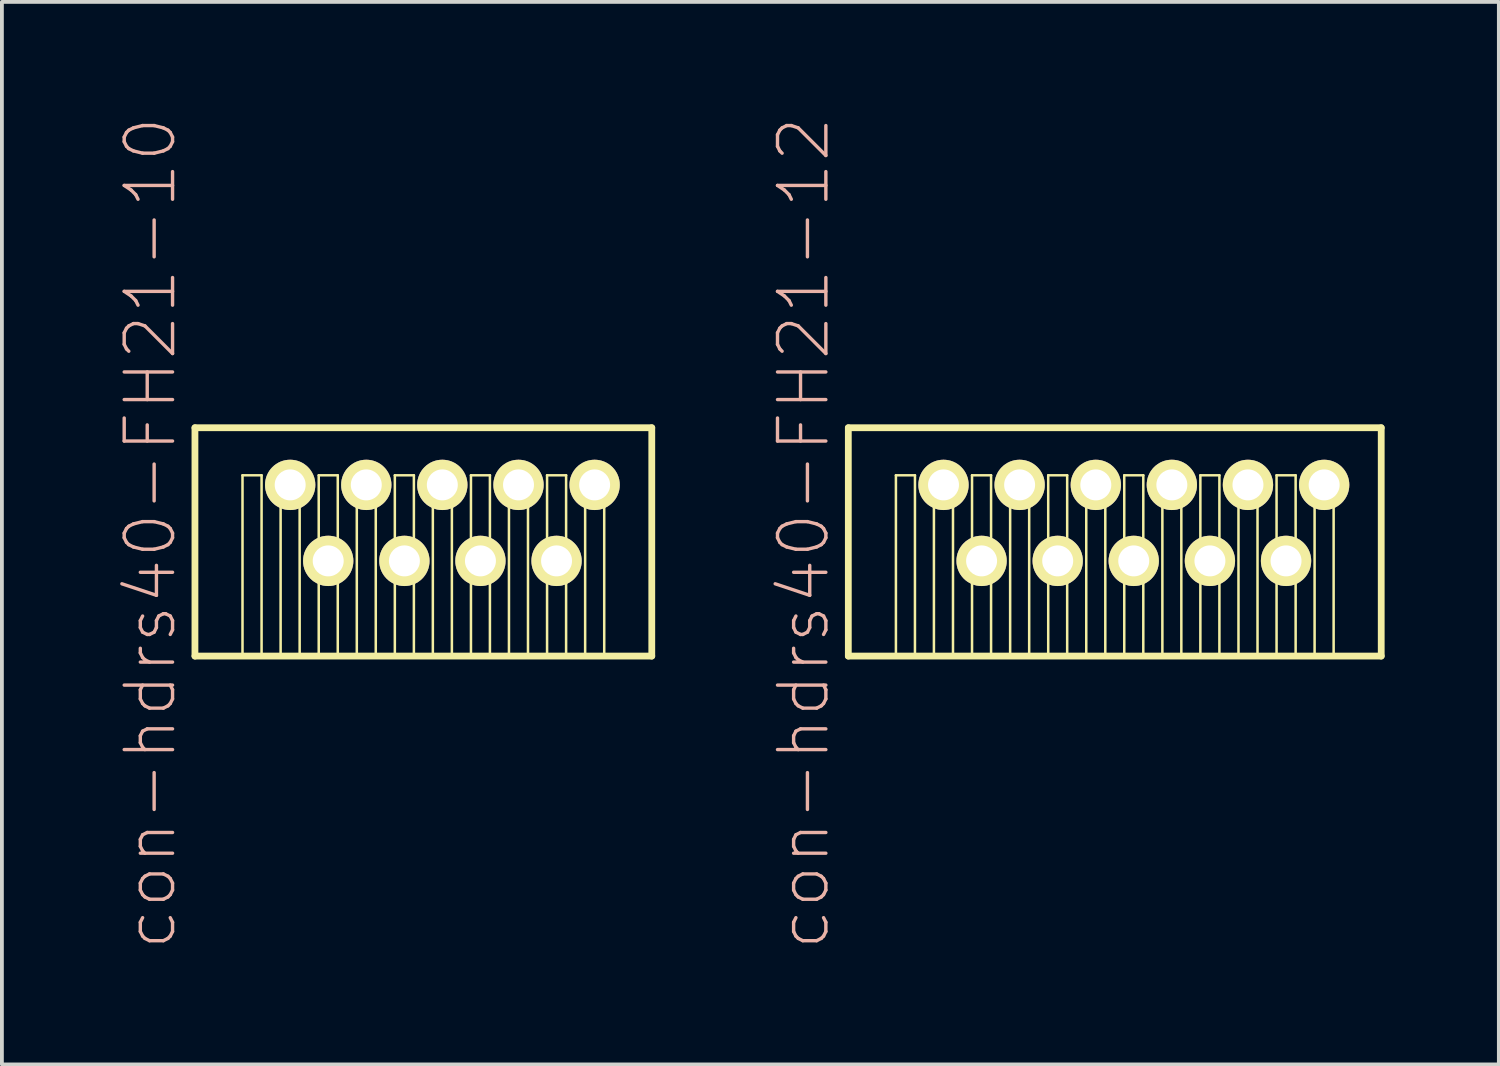
<source format=kicad_pcb>
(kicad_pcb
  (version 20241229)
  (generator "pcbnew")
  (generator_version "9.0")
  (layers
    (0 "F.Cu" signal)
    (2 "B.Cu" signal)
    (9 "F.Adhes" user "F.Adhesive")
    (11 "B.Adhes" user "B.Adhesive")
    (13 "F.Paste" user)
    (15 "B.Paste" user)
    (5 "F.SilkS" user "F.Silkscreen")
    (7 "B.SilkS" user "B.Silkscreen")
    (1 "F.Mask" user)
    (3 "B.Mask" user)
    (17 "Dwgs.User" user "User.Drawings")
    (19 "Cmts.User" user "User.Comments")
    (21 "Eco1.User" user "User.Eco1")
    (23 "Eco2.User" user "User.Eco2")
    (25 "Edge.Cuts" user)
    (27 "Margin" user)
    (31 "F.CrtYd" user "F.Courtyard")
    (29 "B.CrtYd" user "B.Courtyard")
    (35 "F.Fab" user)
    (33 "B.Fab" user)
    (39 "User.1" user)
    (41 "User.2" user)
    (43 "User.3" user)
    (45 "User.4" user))
  (footprint "con-hdrs40-FH21-12"
    (layer "F.Cu")
    (at 26.228 10.683)
    (property "Reference" "con-hdrs40-FH21-12" (at -8.171 0.269 90) (layer "B.SilkS") (effects (font (size 1.27 1.27) (thickness 0.089))))
    (attr exclude_from_pos_files exclude_from_bom)
    (fp_line (start -6.998 -2.499) (end 6.998 -2.499) (stroke (width 0.178) (type solid)) (layer "F.SilkS"))
    (fp_line (start -6.998 3.498) (end -6.998 -2.499) (stroke (width 0.178) (type solid)) (layer "F.SilkS"))
    (fp_line (start -5.748 -1.25) (end -5.248 -1.25) (stroke (width 0.066) (type solid)) (layer "F.SilkS"))
    (fp_line (start -5.748 3.498) (end -5.748 -1.25) (stroke (width 0.066) (type solid)) (layer "F.SilkS"))
    (fp_line (start -5.748 3.498) (end -5.248 3.498) (stroke (width 0.066) (type solid)) (layer "F.SilkS"))
    (fp_line (start -5.248 3.498) (end -5.248 -1.25) (stroke (width 0.066) (type solid)) (layer "F.SilkS"))
    (fp_line (start -4.75 -1.25) (end -4.249 -1.25) (stroke (width 0.066) (type solid)) (layer "F.SilkS"))
    (fp_line (start -4.75 3.498) (end -4.75 -1.25) (stroke (width 0.066) (type solid)) (layer "F.SilkS"))
    (fp_line (start -4.75 3.498) (end -4.249 3.498) (stroke (width 0.066) (type solid)) (layer "F.SilkS"))
    (fp_line (start -4.249 3.498) (end -4.249 -1.25) (stroke (width 0.066) (type solid)) (layer "F.SilkS"))
    (fp_line (start -3.749 -1.25) (end -3.249 -1.25) (stroke (width 0.066) (type solid)) (layer "F.SilkS"))
    (fp_line (start -3.749 3.498) (end -3.749 -1.25) (stroke (width 0.066) (type solid)) (layer "F.SilkS"))
    (fp_line (start -3.749 3.498) (end -3.249 3.498) (stroke (width 0.066) (type solid)) (layer "F.SilkS"))
    (fp_line (start -3.249 3.498) (end -3.249 -1.25) (stroke (width 0.066) (type solid)) (layer "F.SilkS"))
    (fp_line (start -2.748 -1.25) (end -2.248 -1.25) (stroke (width 0.066) (type solid)) (layer "F.SilkS"))
    (fp_line (start -2.748 3.498) (end -2.748 -1.25) (stroke (width 0.066) (type solid)) (layer "F.SilkS"))
    (fp_line (start -2.748 3.498) (end -2.248 3.498) (stroke (width 0.066) (type solid)) (layer "F.SilkS"))
    (fp_line (start -2.248 3.498) (end -2.248 -1.25) (stroke (width 0.066) (type solid)) (layer "F.SilkS"))
    (fp_line (start -1.748 -1.25) (end -1.25 -1.25) (stroke (width 0.066) (type solid)) (layer "F.SilkS"))
    (fp_line (start -1.748 3.498) (end -1.748 -1.25) (stroke (width 0.066) (type solid)) (layer "F.SilkS"))
    (fp_line (start -1.748 3.498) (end -1.25 3.498) (stroke (width 0.066) (type solid)) (layer "F.SilkS"))
    (fp_line (start -1.25 3.498) (end -1.25 -1.25) (stroke (width 0.066) (type solid)) (layer "F.SilkS"))
    (fp_line (start -0.749 -1.25) (end -0.249 -1.25) (stroke (width 0.066) (type solid)) (layer "F.SilkS"))
    (fp_line (start -0.749 3.498) (end -0.749 -1.25) (stroke (width 0.066) (type solid)) (layer "F.SilkS"))
    (fp_line (start -0.749 3.498) (end -0.249 3.498) (stroke (width 0.066) (type solid)) (layer "F.SilkS"))
    (fp_line (start -0.249 3.498) (end -0.249 -1.25) (stroke (width 0.066) (type solid)) (layer "F.SilkS"))
    (fp_line (start 0.249 -1.25) (end 0.749 -1.25) (stroke (width 0.066) (type solid)) (layer "F.SilkS"))
    (fp_line (start 0.249 3.498) (end 0.249 -1.25) (stroke (width 0.066) (type solid)) (layer "F.SilkS"))
    (fp_line (start 0.249 3.498) (end 0.749 3.498) (stroke (width 0.066) (type solid)) (layer "F.SilkS"))
    (fp_line (start 0.749 3.498) (end 0.749 -1.25) (stroke (width 0.066) (type solid)) (layer "F.SilkS"))
    (fp_line (start 1.25 -1.25) (end 1.748 -1.25) (stroke (width 0.066) (type solid)) (layer "F.SilkS"))
    (fp_line (start 1.25 3.498) (end 1.25 -1.25) (stroke (width 0.066) (type solid)) (layer "F.SilkS"))
    (fp_line (start 1.25 3.498) (end 1.748 3.498) (stroke (width 0.066) (type solid)) (layer "F.SilkS"))
    (fp_line (start 1.748 3.498) (end 1.748 -1.25) (stroke (width 0.066) (type solid)) (layer "F.SilkS"))
    (fp_line (start 2.248 -1.25) (end 2.748 -1.25) (stroke (width 0.066) (type solid)) (layer "F.SilkS"))
    (fp_line (start 2.248 3.498) (end 2.248 -1.25) (stroke (width 0.066) (type solid)) (layer "F.SilkS"))
    (fp_line (start 2.248 3.498) (end 2.748 3.498) (stroke (width 0.066) (type solid)) (layer "F.SilkS"))
    (fp_line (start 2.748 3.498) (end 2.748 -1.25) (stroke (width 0.066) (type solid)) (layer "F.SilkS"))
    (fp_line (start 3.249 -1.25) (end 3.749 -1.25) (stroke (width 0.066) (type solid)) (layer "F.SilkS"))
    (fp_line (start 3.249 3.498) (end 3.249 -1.25) (stroke (width 0.066) (type solid)) (layer "F.SilkS"))
    (fp_line (start 3.249 3.498) (end 3.749 3.498) (stroke (width 0.066) (type solid)) (layer "F.SilkS"))
    (fp_line (start 3.749 3.498) (end 3.749 -1.25) (stroke (width 0.066) (type solid)) (layer "F.SilkS"))
    (fp_line (start 4.249 -1.25) (end 4.75 -1.25) (stroke (width 0.066) (type solid)) (layer "F.SilkS"))
    (fp_line (start 4.249 3.498) (end 4.249 -1.25) (stroke (width 0.066) (type solid)) (layer "F.SilkS"))
    (fp_line (start 4.249 3.498) (end 4.75 3.498) (stroke (width 0.066) (type solid)) (layer "F.SilkS"))
    (fp_line (start 4.75 3.498) (end 4.75 -1.25) (stroke (width 0.066) (type solid)) (layer "F.SilkS"))
    (fp_line (start 5.248 -1.25) (end 5.748 -1.25) (stroke (width 0.066) (type solid)) (layer "F.SilkS"))
    (fp_line (start 5.248 3.498) (end 5.248 -1.25) (stroke (width 0.066) (type solid)) (layer "F.SilkS"))
    (fp_line (start 5.248 3.498) (end 5.748 3.498) (stroke (width 0.066) (type solid)) (layer "F.SilkS"))
    (fp_line (start 5.748 3.498) (end 5.748 -1.25) (stroke (width 0.066) (type solid)) (layer "F.SilkS"))
    (fp_line (start 6.998 -2.499) (end 6.998 3.498) (stroke (width 0.178) (type solid)) (layer "F.SilkS"))
    (fp_line (start 6.998 3.498) (end -6.998 3.498) (stroke (width 0.178) (type solid)) (layer "F.SilkS"))
    (pad "1" thru_hole rect (at -5.499 0.998) (size 0.001 0.001) (drill 0.813) (layers "*.Cu" "F.Mask" "F.SilkS" "F.Paste"))
    (pad "2" thru_hole circle (at -4.498 -0.998) (size 1.321 1.321) (drill 0.813) (layers "*.Cu" "F.Mask" "F.SilkS" "F.Paste"))
    (pad "3" thru_hole circle (at -3.498 0.998) (size 1.321 1.321) (drill 0.813) (layers "*.Cu" "F.Mask" "F.SilkS" "F.Paste"))
    (pad "4" thru_hole circle (at -2.499 -0.998) (size 1.321 1.321) (drill 0.813) (layers "*.Cu" "F.Mask" "F.SilkS" "F.Paste"))
    (pad "5" thru_hole circle (at -1.499 0.998) (size 1.321 1.321) (drill 0.813) (layers "*.Cu" "F.Mask" "F.SilkS" "F.Paste"))
    (pad "6" thru_hole circle (at -0.498 -0.998) (size 1.321 1.321) (drill 0.813) (layers "*.Cu" "F.Mask" "F.SilkS" "F.Paste"))
    (pad "7" thru_hole circle (at 0.498 0.998) (size 1.321 1.321) (drill 0.813) (layers "*.Cu" "F.Mask" "F.SilkS" "F.Paste"))
    (pad "8" thru_hole circle (at 1.499 -0.998) (size 1.321 1.321) (drill 0.813) (layers "*.Cu" "F.Mask" "F.SilkS" "F.Paste"))
    (pad "9" thru_hole circle (at 2.499 0.998) (size 1.321 1.321) (drill 0.813) (layers "*.Cu" "F.Mask" "F.SilkS" "F.Paste"))
    (pad "10" thru_hole circle (at 3.498 -0.998) (size 1.321 1.321) (drill 0.813) (layers "*.Cu" "F.Mask" "F.SilkS" "F.Paste"))
    (pad "11" thru_hole circle (at 4.498 0.998) (size 1.321 1.321) (drill 0.813) (layers "*.Cu" "F.Mask" "F.SilkS" "F.Paste"))
    (pad "12" thru_hole circle (at 5.499 -0.998) (size 1.321 1.321) (drill 0.813) (layers "*.Cu" "F.Mask" "F.SilkS" "F.Paste")))
  (footprint "con-hdrs40-FH21-10"
    (layer "F.Cu")
    (at 8.069 10.683)
    (property "Reference" "con-hdrs40-FH21-10" (at -7.17 0.269 90) (layer "B.SilkS") (effects (font (size 1.27 1.27) (thickness 0.089))))
    (attr exclude_from_pos_files exclude_from_bom)
    (fp_line (start -5.999 -2.499) (end 5.999 -2.499) (stroke (width 0.178) (type solid)) (layer "F.SilkS"))
    (fp_line (start -5.999 3.498) (end -5.999 -2.499) (stroke (width 0.178) (type solid)) (layer "F.SilkS"))
    (fp_line (start -4.75 -1.25) (end -4.249 -1.25) (stroke (width 0.066) (type solid)) (layer "F.SilkS"))
    (fp_line (start -4.75 3.498) (end -4.75 -1.25) (stroke (width 0.066) (type solid)) (layer "F.SilkS"))
    (fp_line (start -4.75 3.498) (end -4.249 3.498) (stroke (width 0.066) (type solid)) (layer "F.SilkS"))
    (fp_line (start -4.249 3.498) (end -4.249 -1.25) (stroke (width 0.066) (type solid)) (layer "F.SilkS"))
    (fp_line (start -3.749 -1.25) (end -3.249 -1.25) (stroke (width 0.066) (type solid)) (layer "F.SilkS"))
    (fp_line (start -3.749 3.498) (end -3.749 -1.25) (stroke (width 0.066) (type solid)) (layer "F.SilkS"))
    (fp_line (start -3.749 3.498) (end -3.249 3.498) (stroke (width 0.066) (type solid)) (layer "F.SilkS"))
    (fp_line (start -3.249 3.498) (end -3.249 -1.25) (stroke (width 0.066) (type solid)) (layer "F.SilkS"))
    (fp_line (start -2.748 -1.25) (end -2.248 -1.25) (stroke (width 0.066) (type solid)) (layer "F.SilkS"))
    (fp_line (start -2.748 3.498) (end -2.748 -1.25) (stroke (width 0.066) (type solid)) (layer "F.SilkS"))
    (fp_line (start -2.748 3.498) (end -2.248 3.498) (stroke (width 0.066) (type solid)) (layer "F.SilkS"))
    (fp_line (start -2.248 3.498) (end -2.248 -1.25) (stroke (width 0.066) (type solid)) (layer "F.SilkS"))
    (fp_line (start -1.748 -1.25) (end -1.25 -1.25) (stroke (width 0.066) (type solid)) (layer "F.SilkS"))
    (fp_line (start -1.748 3.498) (end -1.748 -1.25) (stroke (width 0.066) (type solid)) (layer "F.SilkS"))
    (fp_line (start -1.748 3.498) (end -1.25 3.498) (stroke (width 0.066) (type solid)) (layer "F.SilkS"))
    (fp_line (start -1.25 3.498) (end -1.25 -1.25) (stroke (width 0.066) (type solid)) (layer "F.SilkS"))
    (fp_line (start -0.749 -1.25) (end -0.249 -1.25) (stroke (width 0.066) (type solid)) (layer "F.SilkS"))
    (fp_line (start -0.749 3.498) (end -0.749 -1.25) (stroke (width 0.066) (type solid)) (layer "F.SilkS"))
    (fp_line (start -0.749 3.498) (end -0.249 3.498) (stroke (width 0.066) (type solid)) (layer "F.SilkS"))
    (fp_line (start -0.249 3.498) (end -0.249 -1.25) (stroke (width 0.066) (type solid)) (layer "F.SilkS"))
    (fp_line (start 0.249 -1.25) (end 0.749 -1.25) (stroke (width 0.066) (type solid)) (layer "F.SilkS"))
    (fp_line (start 0.249 3.498) (end 0.249 -1.25) (stroke (width 0.066) (type solid)) (layer "F.SilkS"))
    (fp_line (start 0.249 3.498) (end 0.749 3.498) (stroke (width 0.066) (type solid)) (layer "F.SilkS"))
    (fp_line (start 0.749 3.498) (end 0.749 -1.25) (stroke (width 0.066) (type solid)) (layer "F.SilkS"))
    (fp_line (start 1.25 -1.25) (end 1.748 -1.25) (stroke (width 0.066) (type solid)) (layer "F.SilkS"))
    (fp_line (start 1.25 3.498) (end 1.25 -1.25) (stroke (width 0.066) (type solid)) (layer "F.SilkS"))
    (fp_line (start 1.25 3.498) (end 1.748 3.498) (stroke (width 0.066) (type solid)) (layer "F.SilkS"))
    (fp_line (start 1.748 3.498) (end 1.748 -1.25) (stroke (width 0.066) (type solid)) (layer "F.SilkS"))
    (fp_line (start 2.248 -1.25) (end 2.748 -1.25) (stroke (width 0.066) (type solid)) (layer "F.SilkS"))
    (fp_line (start 2.248 3.498) (end 2.248 -1.25) (stroke (width 0.066) (type solid)) (layer "F.SilkS"))
    (fp_line (start 2.248 3.498) (end 2.748 3.498) (stroke (width 0.066) (type solid)) (layer "F.SilkS"))
    (fp_line (start 2.748 3.498) (end 2.748 -1.25) (stroke (width 0.066) (type solid)) (layer "F.SilkS"))
    (fp_line (start 3.249 -1.25) (end 3.749 -1.25) (stroke (width 0.066) (type solid)) (layer "F.SilkS"))
    (fp_line (start 3.249 3.498) (end 3.249 -1.25) (stroke (width 0.066) (type solid)) (layer "F.SilkS"))
    (fp_line (start 3.249 3.498) (end 3.749 3.498) (stroke (width 0.066) (type solid)) (layer "F.SilkS"))
    (fp_line (start 3.749 3.498) (end 3.749 -1.25) (stroke (width 0.066) (type solid)) (layer "F.SilkS"))
    (fp_line (start 4.249 -1.25) (end 4.75 -1.25) (stroke (width 0.066) (type solid)) (layer "F.SilkS"))
    (fp_line (start 4.249 3.498) (end 4.249 -1.25) (stroke (width 0.066) (type solid)) (layer "F.SilkS"))
    (fp_line (start 4.249 3.498) (end 4.75 3.498) (stroke (width 0.066) (type solid)) (layer "F.SilkS"))
    (fp_line (start 4.75 3.498) (end 4.75 -1.25) (stroke (width 0.066) (type solid)) (layer "F.SilkS"))
    (fp_line (start 5.999 -2.499) (end 5.999 3.498) (stroke (width 0.178) (type solid)) (layer "F.SilkS"))
    (fp_line (start 5.999 3.498) (end -5.999 3.498) (stroke (width 0.178) (type solid)) (layer "F.SilkS"))
    (pad "1" thru_hole rect (at -4.498 0.998) (size 0.001 0.001) (drill 0.813) (layers "*.Cu" "F.Mask" "F.SilkS" "F.Paste"))
    (pad "2" thru_hole circle (at -3.498 -0.998) (size 1.321 1.321) (drill 0.813) (layers "*.Cu" "F.Mask" "F.SilkS" "F.Paste"))
    (pad "3" thru_hole circle (at -2.499 0.998) (size 1.321 1.321) (drill 0.813) (layers "*.Cu" "F.Mask" "F.SilkS" "F.Paste"))
    (pad "4" thru_hole circle (at -1.499 -0.998) (size 1.321 1.321) (drill 0.813) (layers "*.Cu" "F.Mask" "F.SilkS" "F.Paste"))
    (pad "5" thru_hole circle (at -0.498 0.998) (size 1.321 1.321) (drill 0.813) (layers "*.Cu" "F.Mask" "F.SilkS" "F.Paste"))
    (pad "6" thru_hole circle (at 0.498 -0.998) (size 1.321 1.321) (drill 0.813) (layers "*.Cu" "F.Mask" "F.SilkS" "F.Paste"))
    (pad "7" thru_hole circle (at 1.499 0.998) (size 1.321 1.321) (drill 0.813) (layers "*.Cu" "F.Mask" "F.SilkS" "F.Paste"))
    (pad "8" thru_hole circle (at 2.499 -0.998) (size 1.321 1.321) (drill 0.813) (layers "*.Cu" "F.Mask" "F.SilkS" "F.Paste"))
    (pad "9" thru_hole circle (at 3.498 0.998) (size 1.321 1.321) (drill 0.813) (layers "*.Cu" "F.Mask" "F.SilkS" "F.Paste"))
    (pad "10" thru_hole circle (at 4.498 -0.998) (size 1.321 1.321) (drill 0.813) (layers "*.Cu" "F.Mask" "F.SilkS" "F.Paste")))
  (gr_rect
    (start -3 -3)
    (end 36.315 24.905)
    (stroke (width 0.1) (type default))
    (fill no)
    (layer "Edge.Cuts")))
</source>
